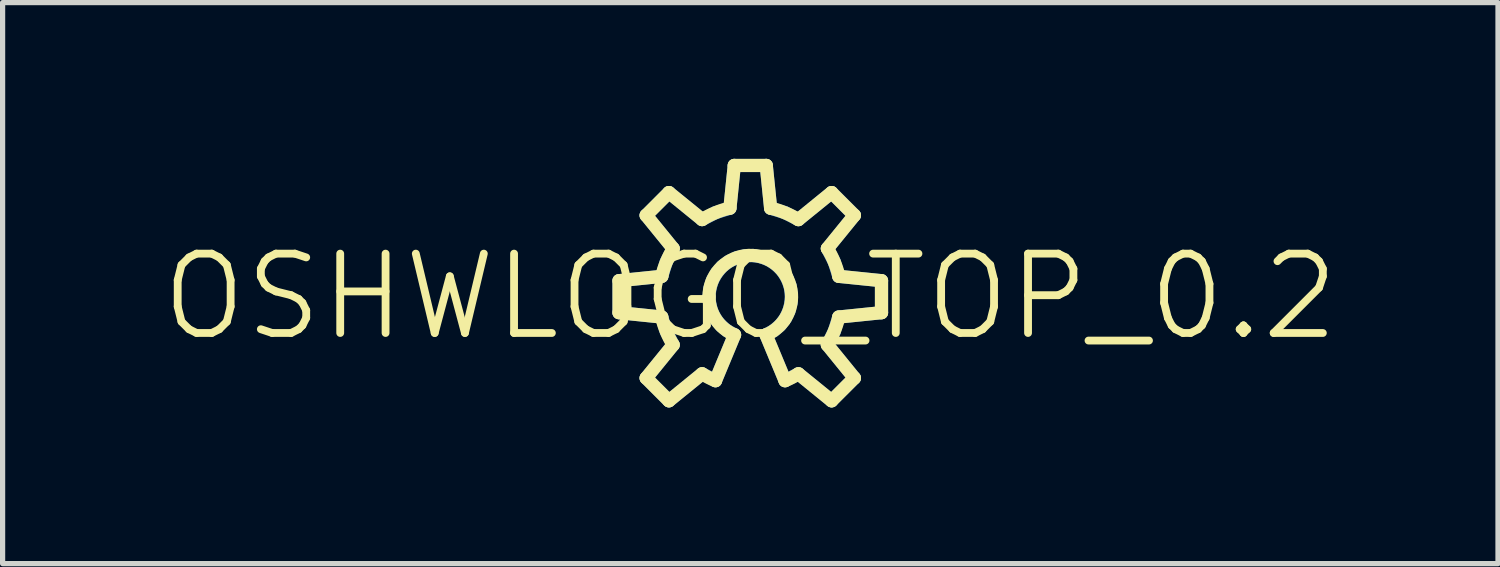
<source format=kicad_pcb>
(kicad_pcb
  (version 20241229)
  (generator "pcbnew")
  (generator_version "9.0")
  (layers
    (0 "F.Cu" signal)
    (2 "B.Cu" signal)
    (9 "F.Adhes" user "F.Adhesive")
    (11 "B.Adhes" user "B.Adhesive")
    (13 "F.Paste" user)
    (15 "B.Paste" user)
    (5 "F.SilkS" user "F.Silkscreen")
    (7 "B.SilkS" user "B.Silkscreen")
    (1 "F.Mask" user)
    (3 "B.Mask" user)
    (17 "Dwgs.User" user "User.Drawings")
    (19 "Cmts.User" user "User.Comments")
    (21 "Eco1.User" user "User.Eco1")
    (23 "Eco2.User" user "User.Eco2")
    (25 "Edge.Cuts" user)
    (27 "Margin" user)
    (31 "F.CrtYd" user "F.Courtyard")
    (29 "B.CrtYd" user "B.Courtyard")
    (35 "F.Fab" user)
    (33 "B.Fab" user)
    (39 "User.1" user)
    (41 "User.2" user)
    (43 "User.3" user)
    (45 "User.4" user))
  (footprint "OSHWLOGO_TOP_0.2"
    (layer "F.Cu")
    (at 11.357 2.647)
    (property "Reference" "OSHWLOGO_TOP_0.2" (at 0 0 0) (layer "F.SilkS") (effects (font (size 1.524 1.524) (thickness 0.15))))
    (attr exclude_from_pos_files exclude_from_bom)
    (fp_line (start -2.52 -0.307) (end -2.52 0.307) (stroke (width 0.254) (type solid)) (layer "B.Cu"))
    (fp_line (start -2.52 0.307) (end -1.699 0.391) (stroke (width 0.254) (type solid)) (layer "B.Cu"))
    (fp_line (start -1.999 -1.562) (end -1.481 -0.925) (stroke (width 0.254) (type solid)) (layer "B.Cu"))
    (fp_line (start -1.999 1.562) (end -1.562 1.999) (stroke (width 0.254) (type solid)) (layer "B.Cu"))
    (fp_line (start -1.699 -0.391) (end -2.52 -0.307) (stroke (width 0.254) (type solid)) (layer "B.Cu"))
    (fp_line (start -1.699 0.391) (end -1.613 0.668) (stroke (width 0.254) (type solid)) (layer "B.Cu"))
    (fp_line (start -1.613 -0.668) (end -1.699 -0.391) (stroke (width 0.254) (type solid)) (layer "B.Cu"))
    (fp_line (start -1.613 0.668) (end -1.481 0.925) (stroke (width 0.254) (type solid)) (layer "B.Cu"))
    (fp_line (start -1.562 -1.999) (end -1.999 -1.562) (stroke (width 0.254) (type solid)) (layer "B.Cu"))
    (fp_line (start -1.562 1.999) (end -0.925 1.481) (stroke (width 0.254) (type solid)) (layer "B.Cu"))
    (fp_line (start -1.481 -0.925) (end -1.613 -0.668) (stroke (width 0.254) (type solid)) (layer "B.Cu"))
    (fp_line (start -1.481 0.925) (end -1.999 1.562) (stroke (width 0.254) (type solid)) (layer "B.Cu"))
    (fp_line (start -0.925 -1.481) (end -1.562 -1.999) (stroke (width 0.254) (type solid)) (layer "B.Cu"))
    (fp_line (start -0.925 1.481) (end -0.668 1.613) (stroke (width 0.254) (type solid)) (layer "B.Cu"))
    (fp_line (start -0.792 0) (end -0.775 -0.16) (stroke (width 0.254) (type solid)) (layer "B.Cu"))
    (fp_line (start -0.777 0.152) (end -0.792 0) (stroke (width 0.254) (type solid)) (layer "B.Cu"))
    (fp_line (start -0.775 -0.16) (end -0.726 -0.315) (stroke (width 0.254) (type solid)) (layer "B.Cu"))
    (fp_line (start -0.732 0.302) (end -0.777 0.152) (stroke (width 0.254) (type solid)) (layer "B.Cu"))
    (fp_line (start -0.726 -0.315) (end -0.645 -0.457) (stroke (width 0.254) (type solid)) (layer "B.Cu"))
    (fp_line (start -0.668 -1.613) (end -0.925 -1.481) (stroke (width 0.254) (type solid)) (layer "B.Cu"))
    (fp_line (start -0.668 1.613) (end -0.302 0.732) (stroke (width 0.254) (type solid)) (layer "B.Cu"))
    (fp_line (start -0.658 0.439) (end -0.732 0.302) (stroke (width 0.254) (type solid)) (layer "B.Cu"))
    (fp_line (start -0.645 -0.457) (end -0.538 -0.582) (stroke (width 0.254) (type solid)) (layer "B.Cu"))
    (fp_line (start -0.559 0.559) (end -0.658 0.439) (stroke (width 0.254) (type solid)) (layer "B.Cu"))
    (fp_line (start -0.538 -0.582) (end -0.409 -0.678) (stroke (width 0.254) (type solid)) (layer "B.Cu"))
    (fp_line (start -0.439 0.658) (end -0.559 0.559) (stroke (width 0.254) (type solid)) (layer "B.Cu"))
    (fp_line (start -0.409 -0.678) (end -0.262 -0.747) (stroke (width 0.254) (type solid)) (layer "B.Cu"))
    (fp_line (start -0.391 -1.699) (end -0.668 -1.613) (stroke (width 0.254) (type solid)) (layer "B.Cu"))
    (fp_line (start -0.307 -2.52) (end -0.391 -1.699) (stroke (width 0.254) (type solid)) (layer "B.Cu"))
    (fp_line (start -0.302 0.732) (end -0.439 0.658) (stroke (width 0.254) (type solid)) (layer "B.Cu"))
    (fp_line (start -0.262 -0.747) (end -0.102 -0.785) (stroke (width 0.254) (type solid)) (layer "B.Cu"))
    (fp_line (start -0.102 -0.785) (end 0.058 -0.79) (stroke (width 0.254) (type solid)) (layer "B.Cu"))
    (fp_line (start 0.058 -0.79) (end 0.218 -0.762) (stroke (width 0.254) (type solid)) (layer "B.Cu"))
    (fp_line (start 0.218 -0.762) (end 0.371 -0.701) (stroke (width 0.254) (type solid)) (layer "B.Cu"))
    (fp_line (start 0.302 0.732) (end 0.668 1.613) (stroke (width 0.254) (type solid)) (layer "B.Cu"))
    (fp_line (start 0.307 -2.52) (end -0.307 -2.52) (stroke (width 0.254) (type solid)) (layer "B.Cu"))
    (fp_line (start 0.371 -0.701) (end 0.505 -0.61) (stroke (width 0.254) (type solid)) (layer "B.Cu"))
    (fp_line (start 0.391 -1.699) (end 0.307 -2.52) (stroke (width 0.254) (type solid)) (layer "B.Cu"))
    (fp_line (start 0.447 0.655) (end 0.302 0.732) (stroke (width 0.254) (type solid)) (layer "B.Cu"))
    (fp_line (start 0.505 -0.61) (end 0.62 -0.493) (stroke (width 0.254) (type solid)) (layer "B.Cu"))
    (fp_line (start 0.572 0.549) (end 0.447 0.655) (stroke (width 0.254) (type solid)) (layer "B.Cu"))
    (fp_line (start 0.62 -0.493) (end 0.706 -0.356) (stroke (width 0.254) (type solid)) (layer "B.Cu"))
    (fp_line (start 0.668 -1.613) (end 0.391 -1.699) (stroke (width 0.254) (type solid)) (layer "B.Cu"))
    (fp_line (start 0.668 1.613) (end 0.925 1.481) (stroke (width 0.254) (type solid)) (layer "B.Cu"))
    (fp_line (start 0.671 0.422) (end 0.572 0.549) (stroke (width 0.254) (type solid)) (layer "B.Cu"))
    (fp_line (start 0.706 -0.356) (end 0.765 -0.203) (stroke (width 0.254) (type solid)) (layer "B.Cu"))
    (fp_line (start 0.742 0.274) (end 0.671 0.422) (stroke (width 0.254) (type solid)) (layer "B.Cu"))
    (fp_line (start 0.765 -0.203) (end 0.79 -0.043) (stroke (width 0.254) (type solid)) (layer "B.Cu"))
    (fp_line (start 0.782 0.117) (end 0.742 0.274) (stroke (width 0.254) (type solid)) (layer "B.Cu"))
    (fp_line (start 0.79 -0.043) (end 0.782 0.117) (stroke (width 0.254) (type solid)) (layer "B.Cu"))
    (fp_line (start 0.925 -1.481) (end 0.668 -1.613) (stroke (width 0.254) (type solid)) (layer "B.Cu"))
    (fp_line (start 0.925 1.481) (end 1.562 1.999) (stroke (width 0.254) (type solid)) (layer "B.Cu"))
    (fp_line (start 1.481 -0.925) (end 1.999 -1.562) (stroke (width 0.254) (type solid)) (layer "B.Cu"))
    (fp_line (start 1.481 0.925) (end 1.613 0.668) (stroke (width 0.254) (type solid)) (layer "B.Cu"))
    (fp_line (start 1.562 -1.999) (end 0.925 -1.481) (stroke (width 0.254) (type solid)) (layer "B.Cu"))
    (fp_line (start 1.562 1.999) (end 1.999 1.562) (stroke (width 0.254) (type solid)) (layer "B.Cu"))
    (fp_line (start 1.613 -0.668) (end 1.481 -0.925) (stroke (width 0.254) (type solid)) (layer "B.Cu"))
    (fp_line (start 1.613 0.668) (end 1.699 0.391) (stroke (width 0.254) (type solid)) (layer "B.Cu"))
    (fp_line (start 1.699 -0.391) (end 1.613 -0.668) (stroke (width 0.254) (type solid)) (layer "B.Cu"))
    (fp_line (start 1.699 0.391) (end 2.52 0.307) (stroke (width 0.254) (type solid)) (layer "B.Cu"))
    (fp_line (start 1.999 -1.562) (end 1.562 -1.999) (stroke (width 0.254) (type solid)) (layer "B.Cu"))
    (fp_line (start 1.999 1.562) (end 1.481 0.925) (stroke (width 0.254) (type solid)) (layer "B.Cu"))
    (fp_line (start 2.52 -0.307) (end 1.699 -0.391) (stroke (width 0.254) (type solid)) (layer "B.Cu"))
    (fp_line (start 2.52 0.307) (end 2.52 -0.307) (stroke (width 0.254) (type solid)) (layer "B.Cu"))
    (fp_line (start -2.52 -0.307) (end -2.52 0.307) (stroke (width 0.254) (type solid)) (layer "F.SilkS"))
    (fp_line (start -2.52 0.307) (end -1.699 0.391) (stroke (width 0.254) (type solid)) (layer "F.SilkS"))
    (fp_line (start -1.999 -1.562) (end -1.481 -0.925) (stroke (width 0.254) (type solid)) (layer "F.SilkS"))
    (fp_line (start -1.999 1.562) (end -1.562 1.999) (stroke (width 0.254) (type solid)) (layer "F.SilkS"))
    (fp_line (start -1.699 -0.391) (end -2.52 -0.307) (stroke (width 0.254) (type solid)) (layer "F.SilkS"))
    (fp_line (start -1.562 -1.999) (end -1.999 -1.562) (stroke (width 0.254) (type solid)) (layer "F.SilkS"))
    (fp_line (start -1.562 1.999) (end -0.925 1.481) (stroke (width 0.254) (type solid)) (layer "F.SilkS"))
    (fp_line (start -1.481 0.925) (end -1.999 1.562) (stroke (width 0.254) (type solid)) (layer "F.SilkS"))
    (fp_line (start -0.925 -1.481) (end -1.562 -1.999) (stroke (width 0.254) (type solid)) (layer "F.SilkS"))
    (fp_line (start -0.668 1.613) (end -0.302 0.732) (stroke (width 0.254) (type solid)) (layer "F.SilkS"))
    (fp_line (start -0.307 -2.52) (end -0.391 -1.699) (stroke (width 0.254) (type solid)) (layer "F.SilkS"))
    (fp_line (start 0.302 0.732) (end 0.668 1.613) (stroke (width 0.254) (type solid)) (layer "F.SilkS"))
    (fp_line (start 0.307 -2.52) (end -0.307 -2.52) (stroke (width 0.254) (type solid)) (layer "F.SilkS"))
    (fp_line (start 0.391 -1.699) (end 0.307 -2.52) (stroke (width 0.254) (type solid)) (layer "F.SilkS"))
    (fp_line (start 0.925 1.481) (end 1.562 1.999) (stroke (width 0.254) (type solid)) (layer "F.SilkS"))
    (fp_line (start 1.481 -0.925) (end 1.999 -1.562) (stroke (width 0.254) (type solid)) (layer "F.SilkS"))
    (fp_line (start 1.562 -1.999) (end 0.925 -1.481) (stroke (width 0.254) (type solid)) (layer "F.SilkS"))
    (fp_line (start 1.562 1.999) (end 1.999 1.562) (stroke (width 0.254) (type solid)) (layer "F.SilkS"))
    (fp_line (start 1.699 0.391) (end 2.52 0.307) (stroke (width 0.254) (type solid)) (layer "F.SilkS"))
    (fp_line (start 1.999 -1.562) (end 1.562 -1.999) (stroke (width 0.254) (type solid)) (layer "F.SilkS"))
    (fp_line (start 1.999 1.562) (end 1.481 0.925) (stroke (width 0.254) (type solid)) (layer "F.SilkS"))
    (fp_line (start 2.52 -0.307) (end 1.699 -0.391) (stroke (width 0.254) (type solid)) (layer "F.SilkS"))
    (fp_line (start 2.52 0.307) (end 2.52 -0.307) (stroke (width 0.254) (type solid)) (layer "F.SilkS"))
    (fp_arc (start -1.69926 -0.39116) (mid -1.611396 -0.666254) (end -1.479333 -0.923074) (stroke (width 0.254) (type solid)) (layer "F.SilkS"))
    (fp_arc (start -1.48082 0.92456) (mid -1.613108 0.667475) (end -1.70115 0.392081) (stroke (width 0.254) (type solid)) (layer "F.SilkS"))
    (fp_arc (start -0.92456 -1.48082) (mid -0.667475 -1.613108) (end -0.392081 -1.70115) (stroke (width 0.254) (type solid)) (layer "F.SilkS"))
    (fp_arc (start -0.79248 0) (mid 0.439703 -0.659307) (end 0.304546 0.731626) (stroke (width 0.254) (type solid)) (layer "F.SilkS"))
    (fp_arc (start -0.66802 1.6129) (mid -0.799287 1.552043) (end -0.925064 1.480525) (stroke (width 0.254) (type solid)) (layer "F.SilkS"))
    (fp_arc (start -0.30226 0.73152) (mid -0.657731 0.44031) (end -0.791506 0.000689) (stroke (width 0.254) (type solid)) (layer "F.SilkS"))
    (fp_arc (start 0.39116 -1.69926) (mid 0.666254 -1.611396) (end 0.923074 -1.479333) (stroke (width 0.254) (type solid)) (layer "F.SilkS"))
    (fp_arc (start 0.92456 1.48082) (mid 0.79876 1.552295) (end 0.667474 1.613108) (stroke (width 0.254) (type solid)) (layer "F.SilkS"))
    (fp_arc (start 1.48082 -0.92456) (mid 1.613108 -0.667475) (end 1.70115 -0.392081) (stroke (width 0.254) (type solid)) (layer "F.SilkS"))
    (fp_arc (start 1.69926 0.39116) (mid 1.611396 0.666254) (end 1.479333 0.923074) (stroke (width 0.254) (type solid)) (layer "F.SilkS")))
  (gr_rect
    (start -3 -3)
    (end 25.715 7.773)
    (stroke (width 0.1) (type default))
    (fill no)
    (layer "Edge.Cuts")))
</source>
